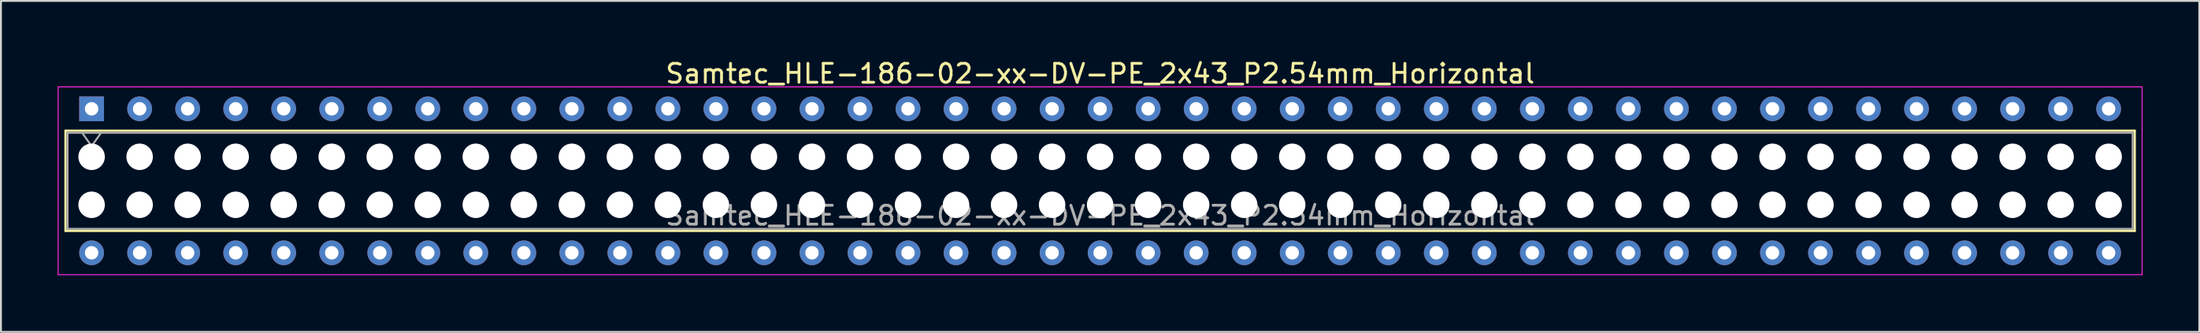
<source format=kicad_pcb>
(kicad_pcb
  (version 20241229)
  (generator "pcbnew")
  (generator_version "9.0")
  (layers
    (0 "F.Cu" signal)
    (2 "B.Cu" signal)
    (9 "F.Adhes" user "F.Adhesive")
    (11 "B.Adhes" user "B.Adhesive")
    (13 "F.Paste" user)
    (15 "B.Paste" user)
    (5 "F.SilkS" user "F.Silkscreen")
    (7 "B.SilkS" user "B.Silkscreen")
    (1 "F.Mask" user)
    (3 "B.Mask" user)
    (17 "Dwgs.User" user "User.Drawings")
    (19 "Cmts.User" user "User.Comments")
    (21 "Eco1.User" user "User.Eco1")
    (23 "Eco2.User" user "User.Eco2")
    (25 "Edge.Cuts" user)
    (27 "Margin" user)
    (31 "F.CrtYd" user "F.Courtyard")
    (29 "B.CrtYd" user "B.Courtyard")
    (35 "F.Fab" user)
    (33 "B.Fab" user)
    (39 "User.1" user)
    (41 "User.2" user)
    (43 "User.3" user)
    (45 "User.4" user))
  (footprint "Samtec_HLE-186-02-xx-DV-PE_2x43_P2.54mm_Horizontal"
    (layer "F.Cu")
    (at 1.795 2.708)
    (property "Reference" "Samtec_HLE-186-02-xx-DV-PE_2x43_P2.54mm_Horizontal" (at 53.34 -1.86 0) (layer "F.SilkS") (effects (font (size 1 1) (thickness 0.15))))
    (attr through_hole)
    (fp_line (start -1.38 1.16) (end 108.06 1.16) (stroke (width 0.12) (type solid)) (layer "F.SilkS"))
    (fp_line (start -1.38 6.46) (end -1.38 1.16) (stroke (width 0.12) (type solid)) (layer "F.SilkS"))
    (fp_line (start 108.06 1.16) (end 108.06 6.46) (stroke (width 0.12) (type solid)) (layer "F.SilkS"))
    (fp_line (start 108.06 6.46) (end -1.38 6.46) (stroke (width 0.12) (type solid)) (layer "F.SilkS"))
    (fp_line (start -1.77 -1.16) (end 108.45 -1.16) (stroke (width 0.05) (type solid)) (layer "F.CrtYd"))
    (fp_line (start -1.77 8.78) (end -1.77 -1.16) (stroke (width 0.05) (type solid)) (layer "F.CrtYd"))
    (fp_line (start 108.45 -1.16) (end 108.45 8.78) (stroke (width 0.05) (type solid)) (layer "F.CrtYd"))
    (fp_line (start 108.45 8.78) (end -1.77 8.78) (stroke (width 0.05) (type solid)) (layer "F.CrtYd"))
    (fp_line (start -1.27 1.27) (end 107.95 1.27) (stroke (width 0.1) (type solid)) (layer "F.Fab"))
    (fp_line (start -1.27 6.35) (end -1.27 1.27) (stroke (width 0.1) (type solid)) (layer "F.Fab"))
    (fp_line (start -0.5 1.27) (end 0 1.977) (stroke (width 0.1) (type solid)) (layer "F.Fab"))
    (fp_line (start 0 1.977) (end 0.5 1.27) (stroke (width 0.1) (type solid)) (layer "F.Fab"))
    (fp_line (start 107.95 1.27) (end 107.95 6.35) (stroke (width 0.1) (type solid)) (layer "F.Fab"))
    (fp_line (start 107.95 6.35) (end -1.27 6.35) (stroke (width 0.1) (type solid)) (layer "F.Fab"))
    (fp_text user "${REFERENCE}" (at 53.34 5.65 0) (layer "F.Fab") (effects (font (size 1 1) (thickness 0.15))))
    (pad "" np_thru_hole circle (at 0 2.54) (size 1.4 1.4) (drill 1.4) (layers "*.Cu" "*.Mask"))
    (pad "" np_thru_hole circle (at 0 5.08) (size 1.4 1.4) (drill 1.4) (layers "*.Cu" "*.Mask"))
    (pad "" np_thru_hole circle (at 2.54 2.54) (size 1.4 1.4) (drill 1.4) (layers "*.Cu" "*.Mask"))
    (pad "" np_thru_hole circle (at 2.54 5.08) (size 1.4 1.4) (drill 1.4) (layers "*.Cu" "*.Mask"))
    (pad "" np_thru_hole circle (at 5.08 2.54) (size 1.4 1.4) (drill 1.4) (layers "*.Cu" "*.Mask"))
    (pad "" np_thru_hole circle (at 5.08 5.08) (size 1.4 1.4) (drill 1.4) (layers "*.Cu" "*.Mask"))
    (pad "" np_thru_hole circle (at 7.62 2.54) (size 1.4 1.4) (drill 1.4) (layers "*.Cu" "*.Mask"))
    (pad "" np_thru_hole circle (at 7.62 5.08) (size 1.4 1.4) (drill 1.4) (layers "*.Cu" "*.Mask"))
    (pad "" np_thru_hole circle (at 10.16 2.54) (size 1.4 1.4) (drill 1.4) (layers "*.Cu" "*.Mask"))
    (pad "" np_thru_hole circle (at 10.16 5.08) (size 1.4 1.4) (drill 1.4) (layers "*.Cu" "*.Mask"))
    (pad "" np_thru_hole circle (at 12.7 2.54) (size 1.4 1.4) (drill 1.4) (layers "*.Cu" "*.Mask"))
    (pad "" np_thru_hole circle (at 12.7 5.08) (size 1.4 1.4) (drill 1.4) (layers "*.Cu" "*.Mask"))
    (pad "" np_thru_hole circle (at 15.24 2.54) (size 1.4 1.4) (drill 1.4) (layers "*.Cu" "*.Mask"))
    (pad "" np_thru_hole circle (at 15.24 5.08) (size 1.4 1.4) (drill 1.4) (layers "*.Cu" "*.Mask"))
    (pad "" np_thru_hole circle (at 17.78 2.54) (size 1.4 1.4) (drill 1.4) (layers "*.Cu" "*.Mask"))
    (pad "" np_thru_hole circle (at 17.78 5.08) (size 1.4 1.4) (drill 1.4) (layers "*.Cu" "*.Mask"))
    (pad "" np_thru_hole circle (at 20.32 2.54) (size 1.4 1.4) (drill 1.4) (layers "*.Cu" "*.Mask"))
    (pad "" np_thru_hole circle (at 20.32 5.08) (size 1.4 1.4) (drill 1.4) (layers "*.Cu" "*.Mask"))
    (pad "" np_thru_hole circle (at 22.86 2.54) (size 1.4 1.4) (drill 1.4) (layers "*.Cu" "*.Mask"))
    (pad "" np_thru_hole circle (at 22.86 5.08) (size 1.4 1.4) (drill 1.4) (layers "*.Cu" "*.Mask"))
    (pad "" np_thru_hole circle (at 25.4 2.54) (size 1.4 1.4) (drill 1.4) (layers "*.Cu" "*.Mask"))
    (pad "" np_thru_hole circle (at 25.4 5.08) (size 1.4 1.4) (drill 1.4) (layers "*.Cu" "*.Mask"))
    (pad "" np_thru_hole circle (at 27.94 2.54) (size 1.4 1.4) (drill 1.4) (layers "*.Cu" "*.Mask"))
    (pad "" np_thru_hole circle (at 27.94 5.08) (size 1.4 1.4) (drill 1.4) (layers "*.Cu" "*.Mask"))
    (pad "" np_thru_hole circle (at 30.48 2.54) (size 1.4 1.4) (drill 1.4) (layers "*.Cu" "*.Mask"))
    (pad "" np_thru_hole circle (at 30.48 5.08) (size 1.4 1.4) (drill 1.4) (layers "*.Cu" "*.Mask"))
    (pad "" np_thru_hole circle (at 33.02 2.54) (size 1.4 1.4) (drill 1.4) (layers "*.Cu" "*.Mask"))
    (pad "" np_thru_hole circle (at 33.02 5.08) (size 1.4 1.4) (drill 1.4) (layers "*.Cu" "*.Mask"))
    (pad "" np_thru_hole circle (at 35.56 2.54) (size 1.4 1.4) (drill 1.4) (layers "*.Cu" "*.Mask"))
    (pad "" np_thru_hole circle (at 35.56 5.08) (size 1.4 1.4) (drill 1.4) (layers "*.Cu" "*.Mask"))
    (pad "" np_thru_hole circle (at 38.1 2.54) (size 1.4 1.4) (drill 1.4) (layers "*.Cu" "*.Mask"))
    (pad "" np_thru_hole circle (at 38.1 5.08) (size 1.4 1.4) (drill 1.4) (layers "*.Cu" "*.Mask"))
    (pad "" np_thru_hole circle (at 40.64 2.54) (size 1.4 1.4) (drill 1.4) (layers "*.Cu" "*.Mask"))
    (pad "" np_thru_hole circle (at 40.64 5.08) (size 1.4 1.4) (drill 1.4) (layers "*.Cu" "*.Mask"))
    (pad "" np_thru_hole circle (at 43.18 2.54) (size 1.4 1.4) (drill 1.4) (layers "*.Cu" "*.Mask"))
    (pad "" np_thru_hole circle (at 43.18 5.08) (size 1.4 1.4) (drill 1.4) (layers "*.Cu" "*.Mask"))
    (pad "" np_thru_hole circle (at 45.72 2.54) (size 1.4 1.4) (drill 1.4) (layers "*.Cu" "*.Mask"))
    (pad "" np_thru_hole circle (at 45.72 5.08) (size 1.4 1.4) (drill 1.4) (layers "*.Cu" "*.Mask"))
    (pad "" np_thru_hole circle (at 48.26 2.54) (size 1.4 1.4) (drill 1.4) (layers "*.Cu" "*.Mask"))
    (pad "" np_thru_hole circle (at 48.26 5.08) (size 1.4 1.4) (drill 1.4) (layers "*.Cu" "*.Mask"))
    (pad "" np_thru_hole circle (at 50.8 2.54) (size 1.4 1.4) (drill 1.4) (layers "*.Cu" "*.Mask"))
    (pad "" np_thru_hole circle (at 50.8 5.08) (size 1.4 1.4) (drill 1.4) (layers "*.Cu" "*.Mask"))
    (pad "" np_thru_hole circle (at 53.34 2.54) (size 1.4 1.4) (drill 1.4) (layers "*.Cu" "*.Mask"))
    (pad "" np_thru_hole circle (at 53.34 5.08) (size 1.4 1.4) (drill 1.4) (layers "*.Cu" "*.Mask"))
    (pad "" np_thru_hole circle (at 55.88 2.54) (size 1.4 1.4) (drill 1.4) (layers "*.Cu" "*.Mask"))
    (pad "" np_thru_hole circle (at 55.88 5.08) (size 1.4 1.4) (drill 1.4) (layers "*.Cu" "*.Mask"))
    (pad "" np_thru_hole circle (at 58.42 2.54) (size 1.4 1.4) (drill 1.4) (layers "*.Cu" "*.Mask"))
    (pad "" np_thru_hole circle (at 58.42 5.08) (size 1.4 1.4) (drill 1.4) (layers "*.Cu" "*.Mask"))
    (pad "" np_thru_hole circle (at 60.96 2.54) (size 1.4 1.4) (drill 1.4) (layers "*.Cu" "*.Mask"))
    (pad "" np_thru_hole circle (at 60.96 5.08) (size 1.4 1.4) (drill 1.4) (layers "*.Cu" "*.Mask"))
    (pad "" np_thru_hole circle (at 63.5 2.54) (size 1.4 1.4) (drill 1.4) (layers "*.Cu" "*.Mask"))
    (pad "" np_thru_hole circle (at 63.5 5.08) (size 1.4 1.4) (drill 1.4) (layers "*.Cu" "*.Mask"))
    (pad "" np_thru_hole circle (at 66.04 2.54) (size 1.4 1.4) (drill 1.4) (layers "*.Cu" "*.Mask"))
    (pad "" np_thru_hole circle (at 66.04 5.08) (size 1.4 1.4) (drill 1.4) (layers "*.Cu" "*.Mask"))
    (pad "" np_thru_hole circle (at 68.58 2.54) (size 1.4 1.4) (drill 1.4) (layers "*.Cu" "*.Mask"))
    (pad "" np_thru_hole circle (at 68.58 5.08) (size 1.4 1.4) (drill 1.4) (layers "*.Cu" "*.Mask"))
    (pad "" np_thru_hole circle (at 71.12 2.54) (size 1.4 1.4) (drill 1.4) (layers "*.Cu" "*.Mask"))
    (pad "" np_thru_hole circle (at 71.12 5.08) (size 1.4 1.4) (drill 1.4) (layers "*.Cu" "*.Mask"))
    (pad "" np_thru_hole circle (at 73.66 2.54) (size 1.4 1.4) (drill 1.4) (layers "*.Cu" "*.Mask"))
    (pad "" np_thru_hole circle (at 73.66 5.08) (size 1.4 1.4) (drill 1.4) (layers "*.Cu" "*.Mask"))
    (pad "" np_thru_hole circle (at 76.2 2.54) (size 1.4 1.4) (drill 1.4) (layers "*.Cu" "*.Mask"))
    (pad "" np_thru_hole circle (at 76.2 5.08) (size 1.4 1.4) (drill 1.4) (layers "*.Cu" "*.Mask"))
    (pad "" np_thru_hole circle (at 78.74 2.54) (size 1.4 1.4) (drill 1.4) (layers "*.Cu" "*.Mask"))
    (pad "" np_thru_hole circle (at 78.74 5.08) (size 1.4 1.4) (drill 1.4) (layers "*.Cu" "*.Mask"))
    (pad "" np_thru_hole circle (at 81.28 2.54) (size 1.4 1.4) (drill 1.4) (layers "*.Cu" "*.Mask"))
    (pad "" np_thru_hole circle (at 81.28 5.08) (size 1.4 1.4) (drill 1.4) (layers "*.Cu" "*.Mask"))
    (pad "" np_thru_hole circle (at 83.82 2.54) (size 1.4 1.4) (drill 1.4) (layers "*.Cu" "*.Mask"))
    (pad "" np_thru_hole circle (at 83.82 5.08) (size 1.4 1.4) (drill 1.4) (layers "*.Cu" "*.Mask"))
    (pad "" np_thru_hole circle (at 86.36 2.54) (size 1.4 1.4) (drill 1.4) (layers "*.Cu" "*.Mask"))
    (pad "" np_thru_hole circle (at 86.36 5.08) (size 1.4 1.4) (drill 1.4) (layers "*.Cu" "*.Mask"))
    (pad "" np_thru_hole circle (at 88.9 2.54) (size 1.4 1.4) (drill 1.4) (layers "*.Cu" "*.Mask"))
    (pad "" np_thru_hole circle (at 88.9 5.08) (size 1.4 1.4) (drill 1.4) (layers "*.Cu" "*.Mask"))
    (pad "" np_thru_hole circle (at 91.44 2.54) (size 1.4 1.4) (drill 1.4) (layers "*.Cu" "*.Mask"))
    (pad "" np_thru_hole circle (at 91.44 5.08) (size 1.4 1.4) (drill 1.4) (layers "*.Cu" "*.Mask"))
    (pad "" np_thru_hole circle (at 93.98 2.54) (size 1.4 1.4) (drill 1.4) (layers "*.Cu" "*.Mask"))
    (pad "" np_thru_hole circle (at 93.98 5.08) (size 1.4 1.4) (drill 1.4) (layers "*.Cu" "*.Mask"))
    (pad "" np_thru_hole circle (at 96.52 2.54) (size 1.4 1.4) (drill 1.4) (layers "*.Cu" "*.Mask"))
    (pad "" np_thru_hole circle (at 96.52 5.08) (size 1.4 1.4) (drill 1.4) (layers "*.Cu" "*.Mask"))
    (pad "" np_thru_hole circle (at 99.06 2.54) (size 1.4 1.4) (drill 1.4) (layers "*.Cu" "*.Mask"))
    (pad "" np_thru_hole circle (at 99.06 5.08) (size 1.4 1.4) (drill 1.4) (layers "*.Cu" "*.Mask"))
    (pad "" np_thru_hole circle (at 101.6 2.54) (size 1.4 1.4) (drill 1.4) (layers "*.Cu" "*.Mask"))
    (pad "" np_thru_hole circle (at 101.6 5.08) (size 1.4 1.4) (drill 1.4) (layers "*.Cu" "*.Mask"))
    (pad "" np_thru_hole circle (at 104.14 2.54) (size 1.4 1.4) (drill 1.4) (layers "*.Cu" "*.Mask"))
    (pad "" np_thru_hole circle (at 104.14 5.08) (size 1.4 1.4) (drill 1.4) (layers "*.Cu" "*.Mask"))
    (pad "" np_thru_hole circle (at 106.68 2.54) (size 1.4 1.4) (drill 1.4) (layers "*.Cu" "*.Mask"))
    (pad "" np_thru_hole circle (at 106.68 5.08) (size 1.4 1.4) (drill 1.4) (layers "*.Cu" "*.Mask"))
    (pad "1" thru_hole rect (at 0 0) (size 1.31 1.31) (drill 0.71) (layers "*.Cu" "*.Mask"))
    (pad "2" thru_hole circle (at 0 7.62) (size 1.31 1.31) (drill 0.71) (layers "*.Cu" "*.Mask"))
    (pad "3" thru_hole circle (at 2.54 0) (size 1.31 1.31) (drill 0.71) (layers "*.Cu" "*.Mask"))
    (pad "4" thru_hole circle (at 2.54 7.62) (size 1.31 1.31) (drill 0.71) (layers "*.Cu" "*.Mask"))
    (pad "5" thru_hole circle (at 5.08 0) (size 1.31 1.31) (drill 0.71) (layers "*.Cu" "*.Mask"))
    (pad "6" thru_hole circle (at 5.08 7.62) (size 1.31 1.31) (drill 0.71) (layers "*.Cu" "*.Mask"))
    (pad "7" thru_hole circle (at 7.62 0) (size 1.31 1.31) (drill 0.71) (layers "*.Cu" "*.Mask"))
    (pad "8" thru_hole circle (at 7.62 7.62) (size 1.31 1.31) (drill 0.71) (layers "*.Cu" "*.Mask"))
    (pad "9" thru_hole circle (at 10.16 0) (size 1.31 1.31) (drill 0.71) (layers "*.Cu" "*.Mask"))
    (pad "10" thru_hole circle (at 10.16 7.62) (size 1.31 1.31) (drill 0.71) (layers "*.Cu" "*.Mask"))
    (pad "11" thru_hole circle (at 12.7 0) (size 1.31 1.31) (drill 0.71) (layers "*.Cu" "*.Mask"))
    (pad "12" thru_hole circle (at 12.7 7.62) (size 1.31 1.31) (drill 0.71) (layers "*.Cu" "*.Mask"))
    (pad "13" thru_hole circle (at 15.24 0) (size 1.31 1.31) (drill 0.71) (layers "*.Cu" "*.Mask"))
    (pad "14" thru_hole circle (at 15.24 7.62) (size 1.31 1.31) (drill 0.71) (layers "*.Cu" "*.Mask"))
    (pad "15" thru_hole circle (at 17.78 0) (size 1.31 1.31) (drill 0.71) (layers "*.Cu" "*.Mask"))
    (pad "16" thru_hole circle (at 17.78 7.62) (size 1.31 1.31) (drill 0.71) (layers "*.Cu" "*.Mask"))
    (pad "17" thru_hole circle (at 20.32 0) (size 1.31 1.31) (drill 0.71) (layers "*.Cu" "*.Mask"))
    (pad "18" thru_hole circle (at 20.32 7.62) (size 1.31 1.31) (drill 0.71) (layers "*.Cu" "*.Mask"))
    (pad "19" thru_hole circle (at 22.86 0) (size 1.31 1.31) (drill 0.71) (layers "*.Cu" "*.Mask"))
    (pad "20" thru_hole circle (at 22.86 7.62) (size 1.31 1.31) (drill 0.71) (layers "*.Cu" "*.Mask"))
    (pad "21" thru_hole circle (at 25.4 0) (size 1.31 1.31) (drill 0.71) (layers "*.Cu" "*.Mask"))
    (pad "22" thru_hole circle (at 25.4 7.62) (size 1.31 1.31) (drill 0.71) (layers "*.Cu" "*.Mask"))
    (pad "23" thru_hole circle (at 27.94 0) (size 1.31 1.31) (drill 0.71) (layers "*.Cu" "*.Mask"))
    (pad "24" thru_hole circle (at 27.94 7.62) (size 1.31 1.31) (drill 0.71) (layers "*.Cu" "*.Mask"))
    (pad "25" thru_hole circle (at 30.48 0) (size 1.31 1.31) (drill 0.71) (layers "*.Cu" "*.Mask"))
    (pad "26" thru_hole circle (at 30.48 7.62) (size 1.31 1.31) (drill 0.71) (layers "*.Cu" "*.Mask"))
    (pad "27" thru_hole circle (at 33.02 0) (size 1.31 1.31) (drill 0.71) (layers "*.Cu" "*.Mask"))
    (pad "28" thru_hole circle (at 33.02 7.62) (size 1.31 1.31) (drill 0.71) (layers "*.Cu" "*.Mask"))
    (pad "29" thru_hole circle (at 35.56 0) (size 1.31 1.31) (drill 0.71) (layers "*.Cu" "*.Mask"))
    (pad "30" thru_hole circle (at 35.56 7.62) (size 1.31 1.31) (drill 0.71) (layers "*.Cu" "*.Mask"))
    (pad "31" thru_hole circle (at 38.1 0) (size 1.31 1.31) (drill 0.71) (layers "*.Cu" "*.Mask"))
    (pad "32" thru_hole circle (at 38.1 7.62) (size 1.31 1.31) (drill 0.71) (layers "*.Cu" "*.Mask"))
    (pad "33" thru_hole circle (at 40.64 0) (size 1.31 1.31) (drill 0.71) (layers "*.Cu" "*.Mask"))
    (pad "34" thru_hole circle (at 40.64 7.62) (size 1.31 1.31) (drill 0.71) (layers "*.Cu" "*.Mask"))
    (pad "35" thru_hole circle (at 43.18 0) (size 1.31 1.31) (drill 0.71) (layers "*.Cu" "*.Mask"))
    (pad "36" thru_hole circle (at 43.18 7.62) (size 1.31 1.31) (drill 0.71) (layers "*.Cu" "*.Mask"))
    (pad "37" thru_hole circle (at 45.72 0) (size 1.31 1.31) (drill 0.71) (layers "*.Cu" "*.Mask"))
    (pad "38" thru_hole circle (at 45.72 7.62) (size 1.31 1.31) (drill 0.71) (layers "*.Cu" "*.Mask"))
    (pad "39" thru_hole circle (at 48.26 0) (size 1.31 1.31) (drill 0.71) (layers "*.Cu" "*.Mask"))
    (pad "40" thru_hole circle (at 48.26 7.62) (size 1.31 1.31) (drill 0.71) (layers "*.Cu" "*.Mask"))
    (pad "41" thru_hole circle (at 50.8 0) (size 1.31 1.31) (drill 0.71) (layers "*.Cu" "*.Mask"))
    (pad "42" thru_hole circle (at 50.8 7.62) (size 1.31 1.31) (drill 0.71) (layers "*.Cu" "*.Mask"))
    (pad "43" thru_hole circle (at 53.34 0) (size 1.31 1.31) (drill 0.71) (layers "*.Cu" "*.Mask"))
    (pad "44" thru_hole circle (at 53.34 7.62) (size 1.31 1.31) (drill 0.71) (layers "*.Cu" "*.Mask"))
    (pad "45" thru_hole circle (at 55.88 0) (size 1.31 1.31) (drill 0.71) (layers "*.Cu" "*.Mask"))
    (pad "46" thru_hole circle (at 55.88 7.62) (size 1.31 1.31) (drill 0.71) (layers "*.Cu" "*.Mask"))
    (pad "47" thru_hole circle (at 58.42 0) (size 1.31 1.31) (drill 0.71) (layers "*.Cu" "*.Mask"))
    (pad "48" thru_hole circle (at 58.42 7.62) (size 1.31 1.31) (drill 0.71) (layers "*.Cu" "*.Mask"))
    (pad "49" thru_hole circle (at 60.96 0) (size 1.31 1.31) (drill 0.71) (layers "*.Cu" "*.Mask"))
    (pad "50" thru_hole circle (at 60.96 7.62) (size 1.31 1.31) (drill 0.71) (layers "*.Cu" "*.Mask"))
    (pad "51" thru_hole circle (at 63.5 0) (size 1.31 1.31) (drill 0.71) (layers "*.Cu" "*.Mask"))
    (pad "52" thru_hole circle (at 63.5 7.62) (size 1.31 1.31) (drill 0.71) (layers "*.Cu" "*.Mask"))
    (pad "53" thru_hole circle (at 66.04 0) (size 1.31 1.31) (drill 0.71) (layers "*.Cu" "*.Mask"))
    (pad "54" thru_hole circle (at 66.04 7.62) (size 1.31 1.31) (drill 0.71) (layers "*.Cu" "*.Mask"))
    (pad "55" thru_hole circle (at 68.58 0) (size 1.31 1.31) (drill 0.71) (layers "*.Cu" "*.Mask"))
    (pad "56" thru_hole circle (at 68.58 7.62) (size 1.31 1.31) (drill 0.71) (layers "*.Cu" "*.Mask"))
    (pad "57" thru_hole circle (at 71.12 0) (size 1.31 1.31) (drill 0.71) (layers "*.Cu" "*.Mask"))
    (pad "58" thru_hole circle (at 71.12 7.62) (size 1.31 1.31) (drill 0.71) (layers "*.Cu" "*.Mask"))
    (pad "59" thru_hole circle (at 73.66 0) (size 1.31 1.31) (drill 0.71) (layers "*.Cu" "*.Mask"))
    (pad "60" thru_hole circle (at 73.66 7.62) (size 1.31 1.31) (drill 0.71) (layers "*.Cu" "*.Mask"))
    (pad "61" thru_hole circle (at 76.2 0) (size 1.31 1.31) (drill 0.71) (layers "*.Cu" "*.Mask"))
    (pad "62" thru_hole circle (at 76.2 7.62) (size 1.31 1.31) (drill 0.71) (layers "*.Cu" "*.Mask"))
    (pad "63" thru_hole circle (at 78.74 0) (size 1.31 1.31) (drill 0.71) (layers "*.Cu" "*.Mask"))
    (pad "64" thru_hole circle (at 78.74 7.62) (size 1.31 1.31) (drill 0.71) (layers "*.Cu" "*.Mask"))
    (pad "65" thru_hole circle (at 81.28 0) (size 1.31 1.31) (drill 0.71) (layers "*.Cu" "*.Mask"))
    (pad "66" thru_hole circle (at 81.28 7.62) (size 1.31 1.31) (drill 0.71) (layers "*.Cu" "*.Mask"))
    (pad "67" thru_hole circle (at 83.82 0) (size 1.31 1.31) (drill 0.71) (layers "*.Cu" "*.Mask"))
    (pad "68" thru_hole circle (at 83.82 7.62) (size 1.31 1.31) (drill 0.71) (layers "*.Cu" "*.Mask"))
    (pad "69" thru_hole circle (at 86.36 0) (size 1.31 1.31) (drill 0.71) (layers "*.Cu" "*.Mask"))
    (pad "70" thru_hole circle (at 86.36 7.62) (size 1.31 1.31) (drill 0.71) (layers "*.Cu" "*.Mask"))
    (pad "71" thru_hole circle (at 88.9 0) (size 1.31 1.31) (drill 0.71) (layers "*.Cu" "*.Mask"))
    (pad "72" thru_hole circle (at 88.9 7.62) (size 1.31 1.31) (drill 0.71) (layers "*.Cu" "*.Mask"))
    (pad "73" thru_hole circle (at 91.44 0) (size 1.31 1.31) (drill 0.71) (layers "*.Cu" "*.Mask"))
    (pad "74" thru_hole circle (at 91.44 7.62) (size 1.31 1.31) (drill 0.71) (layers "*.Cu" "*.Mask"))
    (pad "75" thru_hole circle (at 93.98 0) (size 1.31 1.31) (drill 0.71) (layers "*.Cu" "*.Mask"))
    (pad "76" thru_hole circle (at 93.98 7.62) (size 1.31 1.31) (drill 0.71) (layers "*.Cu" "*.Mask"))
    (pad "77" thru_hole circle (at 96.52 0) (size 1.31 1.31) (drill 0.71) (layers "*.Cu" "*.Mask"))
    (pad "78" thru_hole circle (at 96.52 7.62) (size 1.31 1.31) (drill 0.71) (layers "*.Cu" "*.Mask"))
    (pad "79" thru_hole circle (at 99.06 0) (size 1.31 1.31) (drill 0.71) (layers "*.Cu" "*.Mask"))
    (pad "80" thru_hole circle (at 99.06 7.62) (size 1.31 1.31) (drill 0.71) (layers "*.Cu" "*.Mask"))
    (pad "81" thru_hole circle (at 101.6 0) (size 1.31 1.31) (drill 0.71) (layers "*.Cu" "*.Mask"))
    (pad "82" thru_hole circle (at 101.6 7.62) (size 1.31 1.31) (drill 0.71) (layers "*.Cu" "*.Mask"))
    (pad "83" thru_hole circle (at 104.14 0) (size 1.31 1.31) (drill 0.71) (layers "*.Cu" "*.Mask"))
    (pad "84" thru_hole circle (at 104.14 7.62) (size 1.31 1.31) (drill 0.71) (layers "*.Cu" "*.Mask"))
    (pad "85" thru_hole circle (at 106.68 0) (size 1.31 1.31) (drill 0.71) (layers "*.Cu" "*.Mask"))
    (pad "86" thru_hole circle (at 106.68 7.62) (size 1.31 1.31) (drill 0.71) (layers "*.Cu" "*.Mask")))
  (gr_rect
    (start -3 -3)
    (end 113.27 14.513)
    (stroke (width 0.1) (type default))
    (fill no)
    (layer "Edge.Cuts")))
</source>
